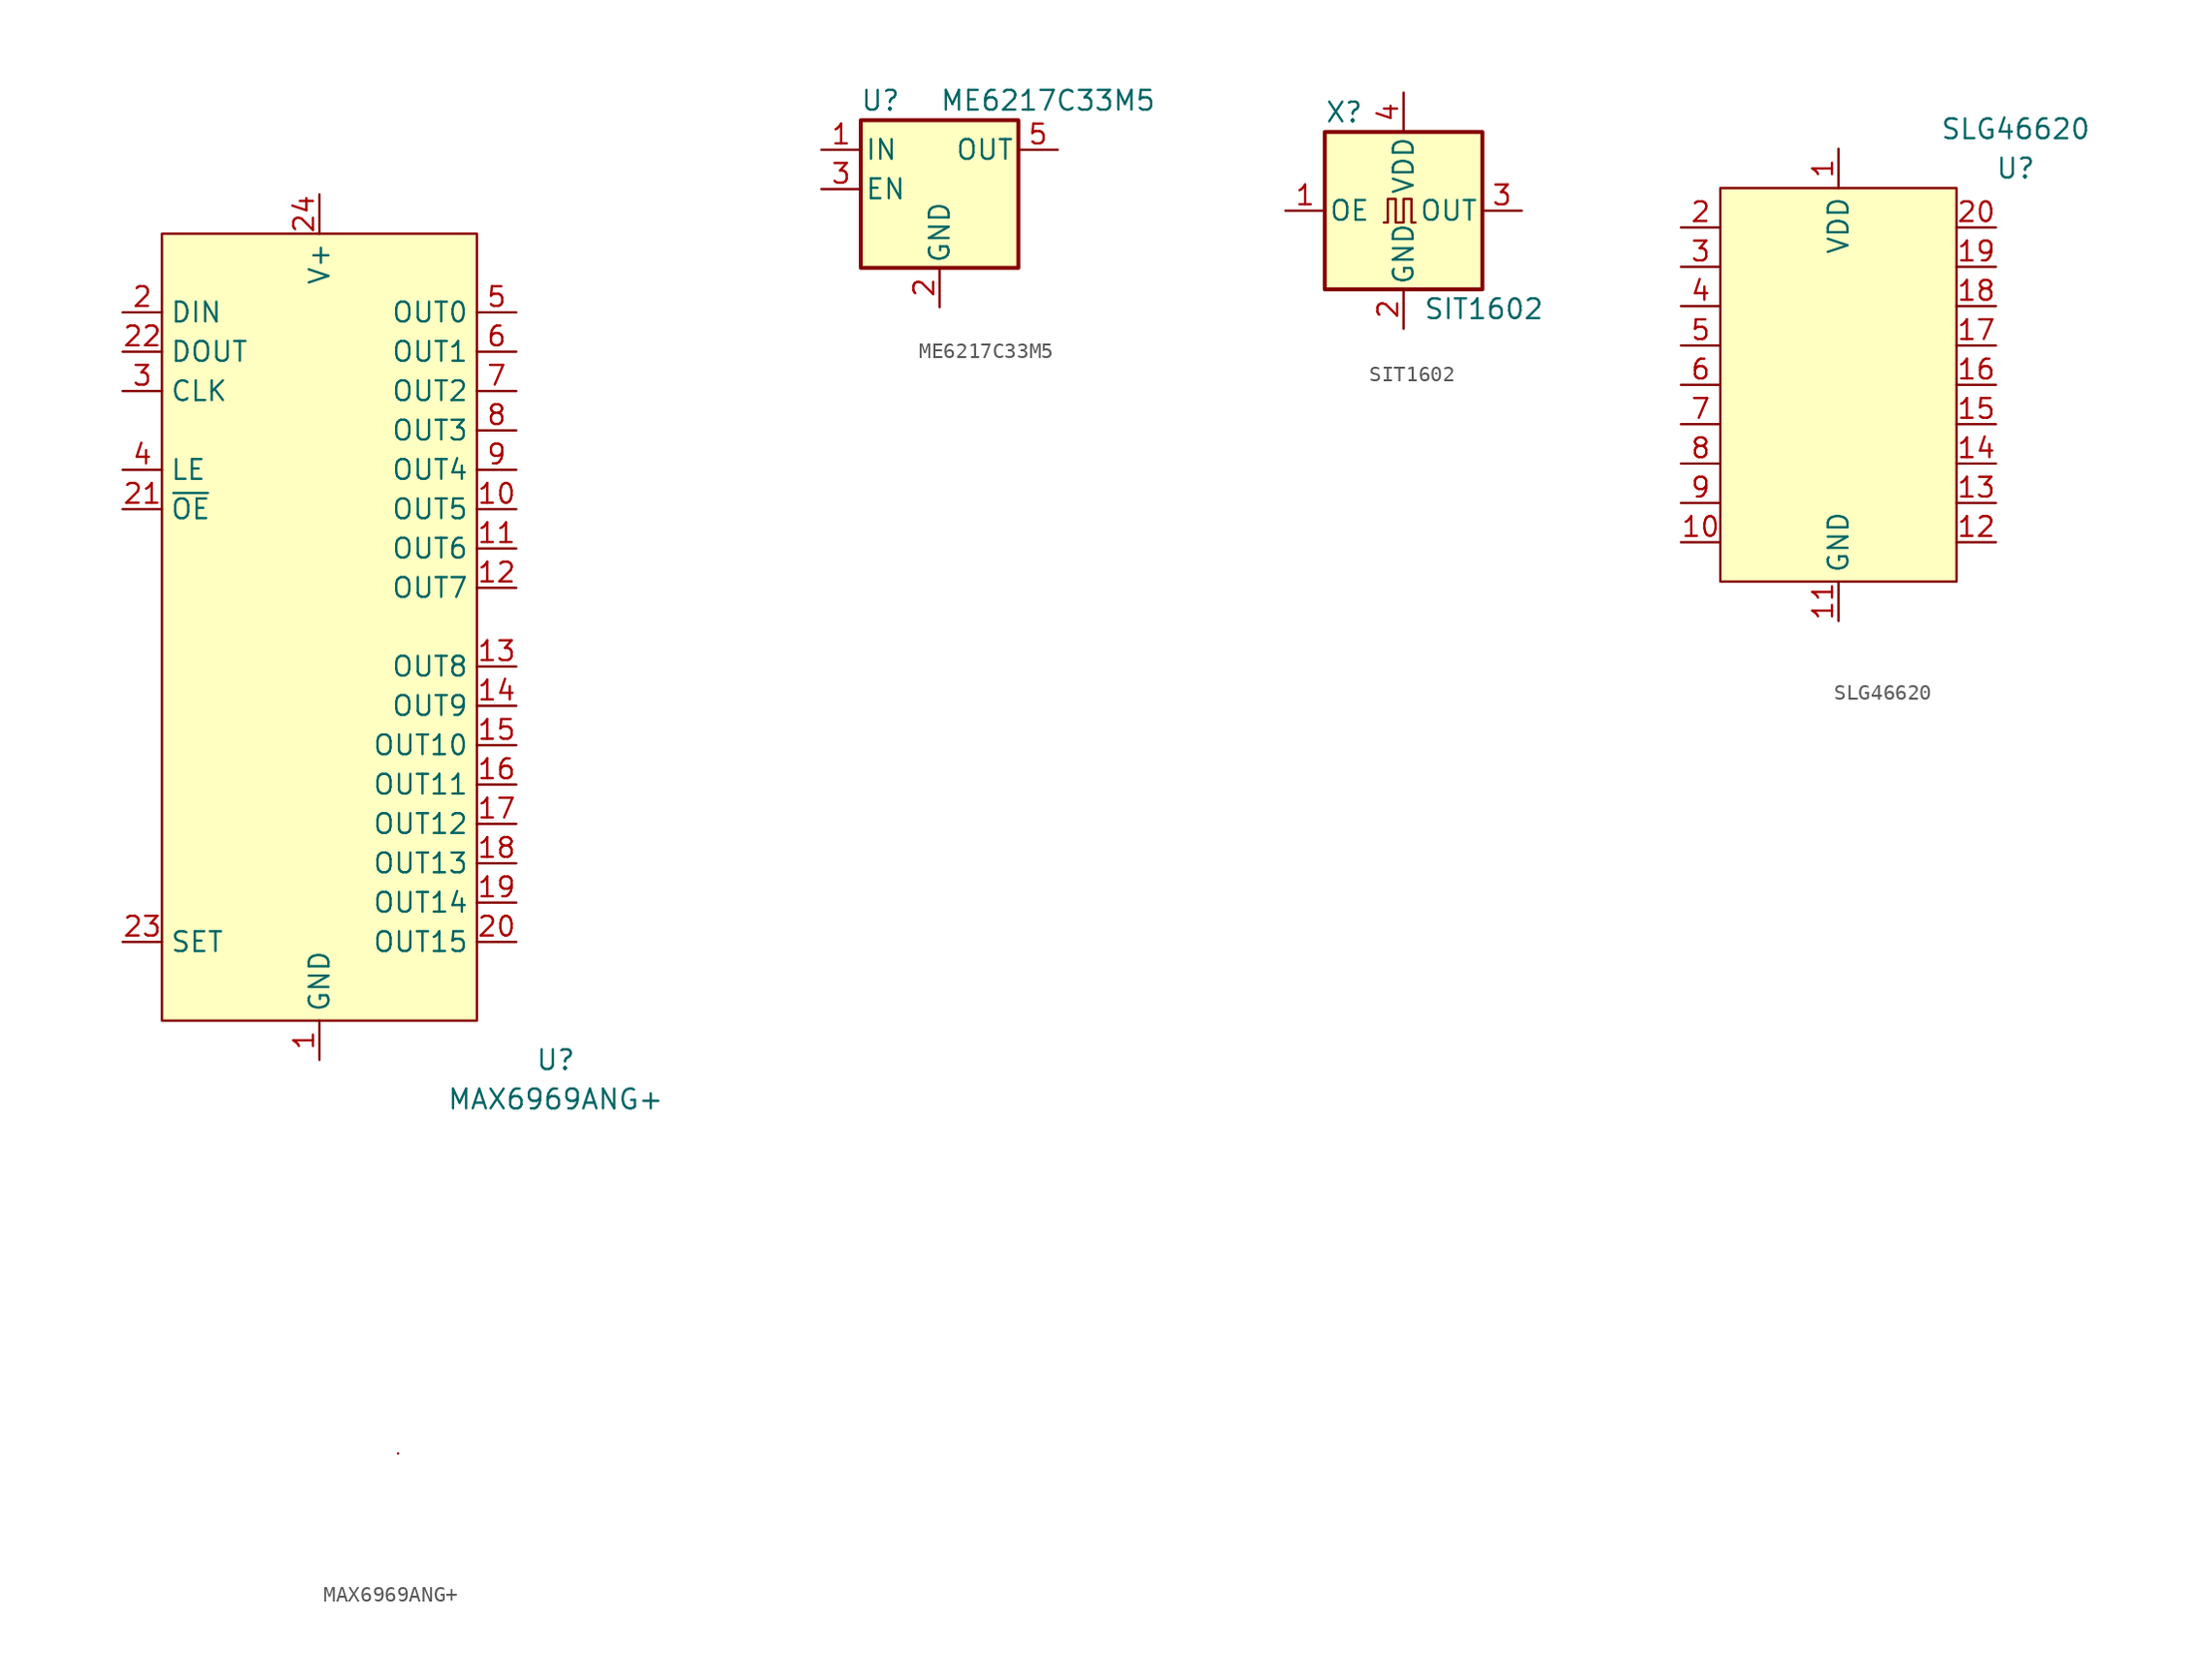
<source format=kicad_sym>
(kicad_symbol_lib
  (version 20220914)
  (generator kicad_symbol_editor)
  (symbol "MAX6969ANG+"
    (property "Reference" "U"
      (at 15.24 -27.94 0)
      (effects (font (size 1.27 1.27))))
    (property "Value" "MAX6969ANG+"
      (at 15.24 -30.48 0)
      (effects (font (size 1.27 1.27))))
    (symbol "MAX6969ANG+_0_1"
      (rectangle (start -10.16 25.4) (end 10.16 -25.4) (stroke (width 0) (type default)) (fill (type background)))
      (rectangle (start 5.08 -53.34) (end 5.08 -53.34) (stroke (width 0) (type default)) (fill (type none))))
    (symbol "MAX6969ANG+_1_1"
      (pin power_in line (at 0 -27.94 90) (length 2.54) (name "GND" (effects (font (size 1.27 1.27)))) (number "1" (effects (font (size 1.27 1.27)))))
      (pin power_out line (at 12.7 7.62 180) (length 2.54) (name "OUT5" (effects (font (size 1.27 1.27)))) (number "10" (effects (font (size 1.27 1.27)))))
      (pin power_out line (at 12.7 5.08 180) (length 2.54) (name "OUT6" (effects (font (size 1.27 1.27)))) (number "11" (effects (font (size 1.27 1.27)))))
      (pin power_out line (at 12.7 2.54 180) (length 2.54) (name "OUT7" (effects (font (size 1.27 1.27)))) (number "12" (effects (font (size 1.27 1.27)))))
      (pin power_out line (at 12.7 -2.54 180) (length 2.54) (name "OUT8" (effects (font (size 1.27 1.27)))) (number "13" (effects (font (size 1.27 1.27)))))
      (pin power_out line (at 12.7 -5.08 180) (length 2.54) (name "OUT9" (effects (font (size 1.27 1.27)))) (number "14" (effects (font (size 1.27 1.27)))))
      (pin power_out line (at 12.7 -7.62 180) (length 2.54) (name "OUT10" (effects (font (size 1.27 1.27)))) (number "15" (effects (font (size 1.27 1.27)))))
      (pin power_out line (at 12.7 -10.16 180) (length 2.54) (name "OUT11" (effects (font (size 1.27 1.27)))) (number "16" (effects (font (size 1.27 1.27)))))
      (pin power_out line (at 12.7 -12.7 180) (length 2.54) (name "OUT12" (effects (font (size 1.27 1.27)))) (number "17" (effects (font (size 1.27 1.27)))))
      (pin power_out line (at 12.7 -15.24 180) (length 2.54) (name "OUT13" (effects (font (size 1.27 1.27)))) (number "18" (effects (font (size 1.27 1.27)))))
      (pin power_out line (at 12.7 -17.78 180) (length 2.54) (name "OUT14" (effects (font (size 1.27 1.27)))) (number "19" (effects (font (size 1.27 1.27)))))
      (pin input line (at -12.7 20.32 0) (length 2.54) (name "DIN" (effects (font (size 1.27 1.27)))) (number "2" (effects (font (size 1.27 1.27)))))
      (pin power_out line (at 12.7 -20.32 180) (length 2.54) (name "OUT15" (effects (font (size 1.27 1.27)))) (number "20" (effects (font (size 1.27 1.27)))))
      (pin input line (at -12.7 7.62 0) (length 2.54) (name "~{OE}" (effects (font (size 1.27 1.27)))) (number "21" (effects (font (size 1.27 1.27)))))
      (pin output line (at -12.7 17.78 0) (length 2.54) (name "DOUT" (effects (font (size 1.27 1.27)))) (number "22" (effects (font (size 1.27 1.27)))))
      (pin input line (at -12.7 -20.32 0) (length 2.54) (name "SET" (effects (font (size 1.27 1.27)))) (number "23" (effects (font (size 1.27 1.27)))))
      (pin power_in line (at 0 27.94 270) (length 2.54) (name "V+" (effects (font (size 1.27 1.27)))) (number "24" (effects (font (size 1.27 1.27)))))
      (pin input line (at -12.7 15.24 0) (length 2.54) (name "CLK" (effects (font (size 1.27 1.27)))) (number "3" (effects (font (size 1.27 1.27)))))
      (pin input line (at -12.7 10.16 0) (length 2.54) (name "LE" (effects (font (size 1.27 1.27)))) (number "4" (effects (font (size 1.27 1.27)))))
      (pin power_out line (at 12.7 20.32 180) (length 2.54) (name "OUT0" (effects (font (size 1.27 1.27)))) (number "5" (effects (font (size 1.27 1.27)))))
      (pin power_out line (at 12.7 17.78 180) (length 2.54) (name "OUT1" (effects (font (size 1.27 1.27)))) (number "6" (effects (font (size 1.27 1.27)))))
      (pin power_out line (at 12.7 15.24 180) (length 2.54) (name "OUT2" (effects (font (size 1.27 1.27)))) (number "7" (effects (font (size 1.27 1.27)))))
      (pin power_out line (at 12.7 12.7 180) (length 2.54) (name "OUT3" (effects (font (size 1.27 1.27)))) (number "8" (effects (font (size 1.27 1.27)))))
      (pin power_out line (at 12.7 10.16 180) (length 2.54) (name "OUT4" (effects (font (size 1.27 1.27)))) (number "9" (effects (font (size 1.27 1.27)))))))
  (symbol "ME6217C33M5"
    (pin_names
      (offset 0.254))
    (property "Reference" "U"
      (at -3.81 5.715 0)
      (effects (font (size 1.27 1.27))))
    (property "Value" "ME6217C33M5"
      (at 0 5.715 0)
      (effects (font (size 1.27 1.27)) (justify left)))
    (symbol "ME6217C33M5_0_1"
      (rectangle (start -5.08 4.445) (end 5.08 -5.08) (stroke (width 0.254) (type default)) (fill (type background))))
    (symbol "ME6217C33M5_1_1"
      (pin power_in line (at -7.62 2.54 0) (length 2.54) (name "IN" (effects (font (size 1.27 1.27)))) (number "1" (effects (font (size 1.27 1.27)))))
      (pin power_in line (at 0 -7.62 90) (length 2.54) (name "GND" (effects (font (size 1.27 1.27)))) (number "2" (effects (font (size 1.27 1.27)))))
      (pin input line (at -7.62 0 0) (length 2.54) (name "EN" (effects (font (size 1.27 1.27)))) (number "3" (effects (font (size 1.27 1.27)))))
      (pin no_connect line (at 5.08 0 180) (length 2.54) hide (name "NC" (effects (font (size 1.27 1.27)))) (number "4" (effects (font (size 1.27 1.27)))))
      (pin power_out line (at 7.62 2.54 180) (length 2.54) (name "OUT" (effects (font (size 1.27 1.27)))) (number "5" (effects (font (size 1.27 1.27)))))))
  (symbol "SIT1602"
    (pin_names
      (offset 0.254))
    (property "Reference" "X"
      (at -5.08 6.35 0)
      (effects (font (size 1.27 1.27)) (justify left)))
    (property "Value" "SIT1602"
      (at 1.27 -6.35 0)
      (effects (font (size 1.27 1.27)) (justify left)))
    (symbol "SIT1602_0_1"
      (rectangle (start -5.08 5.08) (end 5.08 -5.08) (stroke (width 0.254) (type default)) (fill (type background)))
      (polyline (pts (xy -1.27 -0.762) (xy -1.016 -0.762) (xy -1.016 0.762) (xy -0.508 0.762) (xy -0.508 -0.762) (xy 0 -0.762) (xy 0 0.762) (xy 0.508 0.762) (xy 0.508 -0.762) (xy 0.762 -0.762)) (stroke (width 0) (type default)) (fill (type none))))
    (symbol "SIT1602_1_1"
      (pin input line (at -7.62 0 0) (length 2.54) (name "OE" (effects (font (size 1.27 1.27)))) (number "1" (effects (font (size 1.27 1.27)))))
      (pin power_in line (at 0 -7.62 90) (length 2.54) (name "GND" (effects (font (size 1.27 1.27)))) (number "2" (effects (font (size 1.27 1.27)))))
      (pin output line (at 7.62 0 180) (length 2.54) (name "OUT" (effects (font (size 1.27 1.27)))) (number "3" (effects (font (size 1.27 1.27)))))
      (pin power_in line (at 0 7.62 270) (length 2.54) (name "VDD" (effects (font (size 1.27 1.27)))) (number "4" (effects (font (size 1.27 1.27)))))))
  (symbol "SLG46620"
    (property "Reference" "U"
      (at 11.43 8.89 0)
      (effects (font (size 1.27 1.27))))
    (property "Value" "SLG46620"
      (at 11.43 11.43 0)
      (effects (font (size 1.27 1.27))))
    (symbol "SLG46620_0_1"
      (rectangle (start -7.62 7.62) (end 7.62 -17.78) (stroke (width 0) (type default)) (fill (type background))))
    (symbol "SLG46620_1_1"
      (pin power_in line (at 0 10.16 270) (length 2.54) (name "VDD" (effects (font (size 1.27 1.27)))) (number "1" (effects (font (size 1.27 1.27)))))
      (pin bidirectional line (at -10.16 -15.24 0) (length 2.54) (name "" (effects (font (size 1.27 1.27)))) (number "10" (effects (font (size 1.27 1.27)))))
      (pin power_in line (at 0 -20.32 90) (length 2.54) (name "GND" (effects (font (size 1.27 1.27)))) (number "11" (effects (font (size 1.27 1.27)))))
      (pin bidirectional line (at 10.16 -15.24 180) (length 2.54) (name "" (effects (font (size 1.27 1.27)))) (number "12" (effects (font (size 1.27 1.27)))))
      (pin bidirectional line (at 10.16 -12.7 180) (length 2.54) (name "" (effects (font (size 1.27 1.27)))) (number "13" (effects (font (size 1.27 1.27)))))
      (pin bidirectional line (at 10.16 -10.16 180) (length 2.54) (name "" (effects (font (size 1.27 1.27)))) (number "14" (effects (font (size 1.27 1.27)))))
      (pin bidirectional line (at 10.16 -7.62 180) (length 2.54) (name "" (effects (font (size 1.27 1.27)))) (number "15" (effects (font (size 1.27 1.27)))))
      (pin bidirectional line (at 10.16 -5.08 180) (length 2.54) (name "" (effects (font (size 1.27 1.27)))) (number "16" (effects (font (size 1.27 1.27)))))
      (pin bidirectional line (at 10.16 -2.54 180) (length 2.54) (name "" (effects (font (size 1.27 1.27)))) (number "17" (effects (font (size 1.27 1.27)))))
      (pin bidirectional line (at 10.16 0 180) (length 2.54) (name "" (effects (font (size 1.27 1.27)))) (number "18" (effects (font (size 1.27 1.27)))))
      (pin bidirectional line (at 10.16 2.54 180) (length 2.54) (name "" (effects (font (size 1.27 1.27)))) (number "19" (effects (font (size 1.27 1.27)))))
      (pin input line (at -10.16 5.08 0) (length 2.54) (name "" (effects (font (size 1.27 1.27)))) (number "2" (effects (font (size 1.27 1.27)))))
      (pin bidirectional line (at 10.16 5.08 180) (length 2.54) (name "" (effects (font (size 1.27 1.27)))) (number "20" (effects (font (size 1.27 1.27)))))
      (pin bidirectional line (at -10.16 2.54 0) (length 2.54) (name "" (effects (font (size 1.27 1.27)))) (number "3" (effects (font (size 1.27 1.27)))))
      (pin bidirectional line (at -10.16 0 0) (length 2.54) (name "" (effects (font (size 1.27 1.27)))) (number "4" (effects (font (size 1.27 1.27)))))
      (pin bidirectional line (at -10.16 -2.54 0) (length 2.54) (name "" (effects (font (size 1.27 1.27)))) (number "5" (effects (font (size 1.27 1.27)))))
      (pin bidirectional line (at -10.16 -5.08 0) (length 2.54) (name "" (effects (font (size 1.27 1.27)))) (number "6" (effects (font (size 1.27 1.27)))))
      (pin bidirectional line (at -10.16 -7.62 0) (length 2.54) (name "" (effects (font (size 1.27 1.27)))) (number "7" (effects (font (size 1.27 1.27)))))
      (pin bidirectional line (at -10.16 -10.16 0) (length 2.54) (name "" (effects (font (size 1.27 1.27)))) (number "8" (effects (font (size 1.27 1.27)))))
      (pin bidirectional line (at -10.16 -12.7 0) (length 2.54) (name "" (effects (font (size 1.27 1.27)))) (number "9" (effects (font (size 1.27 1.27))))))))
</source>
